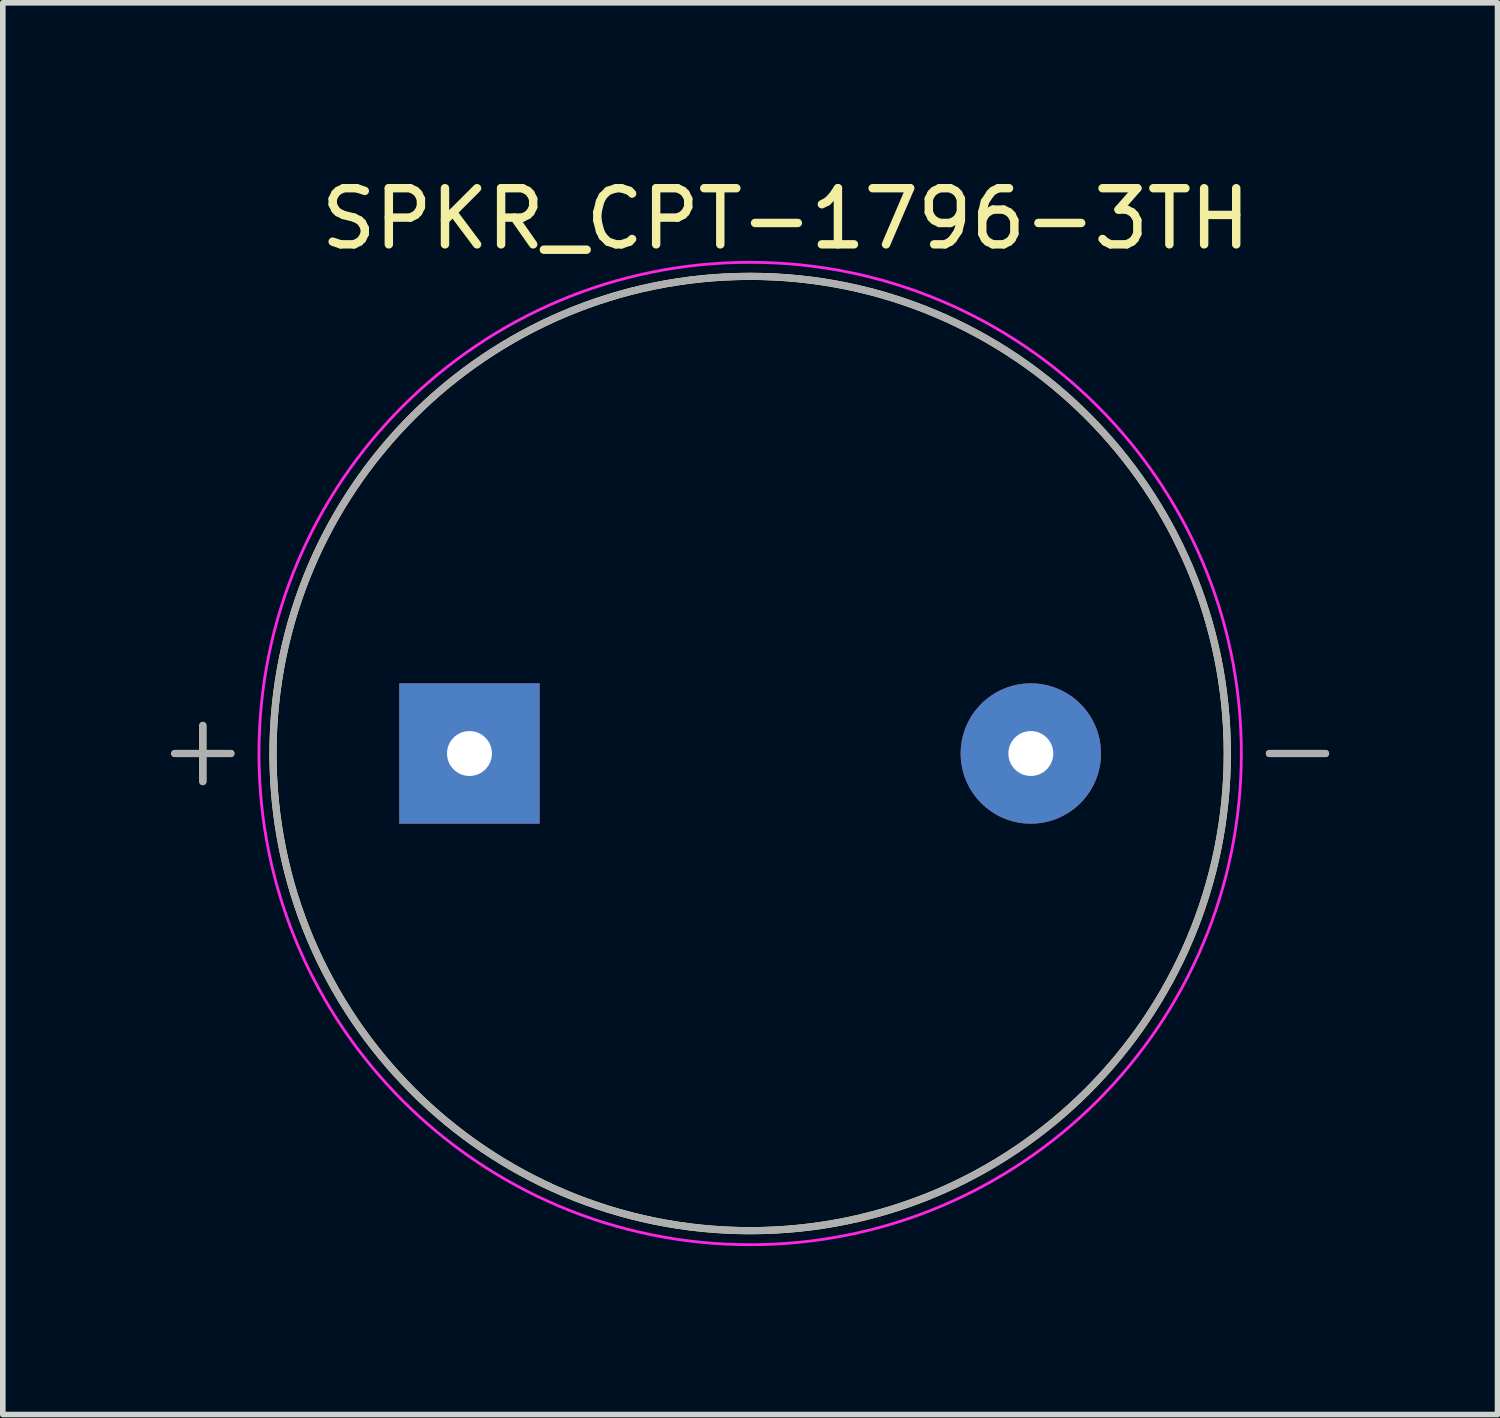
<source format=kicad_pcb>
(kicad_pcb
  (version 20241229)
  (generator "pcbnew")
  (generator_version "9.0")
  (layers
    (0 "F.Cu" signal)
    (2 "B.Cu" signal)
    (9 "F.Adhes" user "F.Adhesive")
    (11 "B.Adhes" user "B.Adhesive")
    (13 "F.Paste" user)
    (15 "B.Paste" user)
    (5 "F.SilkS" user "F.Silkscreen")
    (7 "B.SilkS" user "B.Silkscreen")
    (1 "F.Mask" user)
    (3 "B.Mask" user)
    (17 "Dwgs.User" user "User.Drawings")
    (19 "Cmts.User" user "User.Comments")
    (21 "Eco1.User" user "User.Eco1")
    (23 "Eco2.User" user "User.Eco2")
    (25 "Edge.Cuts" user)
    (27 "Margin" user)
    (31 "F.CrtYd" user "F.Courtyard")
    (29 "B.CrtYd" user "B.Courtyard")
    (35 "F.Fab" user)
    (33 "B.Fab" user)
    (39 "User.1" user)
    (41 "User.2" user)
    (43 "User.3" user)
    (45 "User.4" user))
  (footprint "SPKR_CPT-1796-3TH"
    (layer "F.Cu")
    (at 10.313 10.373)
    (property "Reference" "SPKR_CPT-1796-3TH" (at 0.635 -9.525 0) (layer "F.SilkS") (effects (font (size 1 1) (thickness 0.15))))
    (attr through_hole)
    (fp_line (start -9.75 -0.5) (end -9.75 0.5) (stroke (width 0.127) (type solid)) (layer "F.SilkS"))
    (fp_line (start -9.25 0) (end -10.25 0) (stroke (width 0.127) (type solid)) (layer "F.SilkS"))
    (fp_line (start 9.25 0) (end 10.25 0) (stroke (width 0.127) (type solid)) (layer "F.SilkS"))
    (fp_circle (center 0 0) (end 8.5 0) (stroke (width 0.127) (type solid)) (fill no) (layer "F.SilkS"))
    (fp_circle (center 0 0) (end 8.75 0) (stroke (width 0.05) (type solid)) (fill no) (layer "F.CrtYd"))
    (fp_line (start -10.25 0) (end -9.25 0) (stroke (width 0.127) (type solid)) (layer "F.Fab"))
    (fp_line (start -9.75 -0.5) (end -9.75 0.5) (stroke (width 0.127) (type solid)) (layer "F.Fab"))
    (fp_line (start 9.25 0) (end 10.25 0) (stroke (width 0.127) (type solid)) (layer "F.Fab"))
    (fp_circle (center 0 0) (end 8.5 0) (stroke (width 0.127) (type solid)) (fill no) (layer "F.Fab"))
    (pad "N" thru_hole circle (at 5 0) (size 2.5 2.5) (drill 0.8) (layers "*.Cu" "*.Mask"))
    (pad "P" thru_hole rect (at -5 0) (size 2.5 2.5) (drill 0.8) (layers "*.Cu" "*.Mask")))
  (gr_rect
    (start -3 -3)
    (end 23.627 22.148)
    (stroke (width 0.1) (type default))
    (fill no)
    (layer "Edge.Cuts")))
</source>
